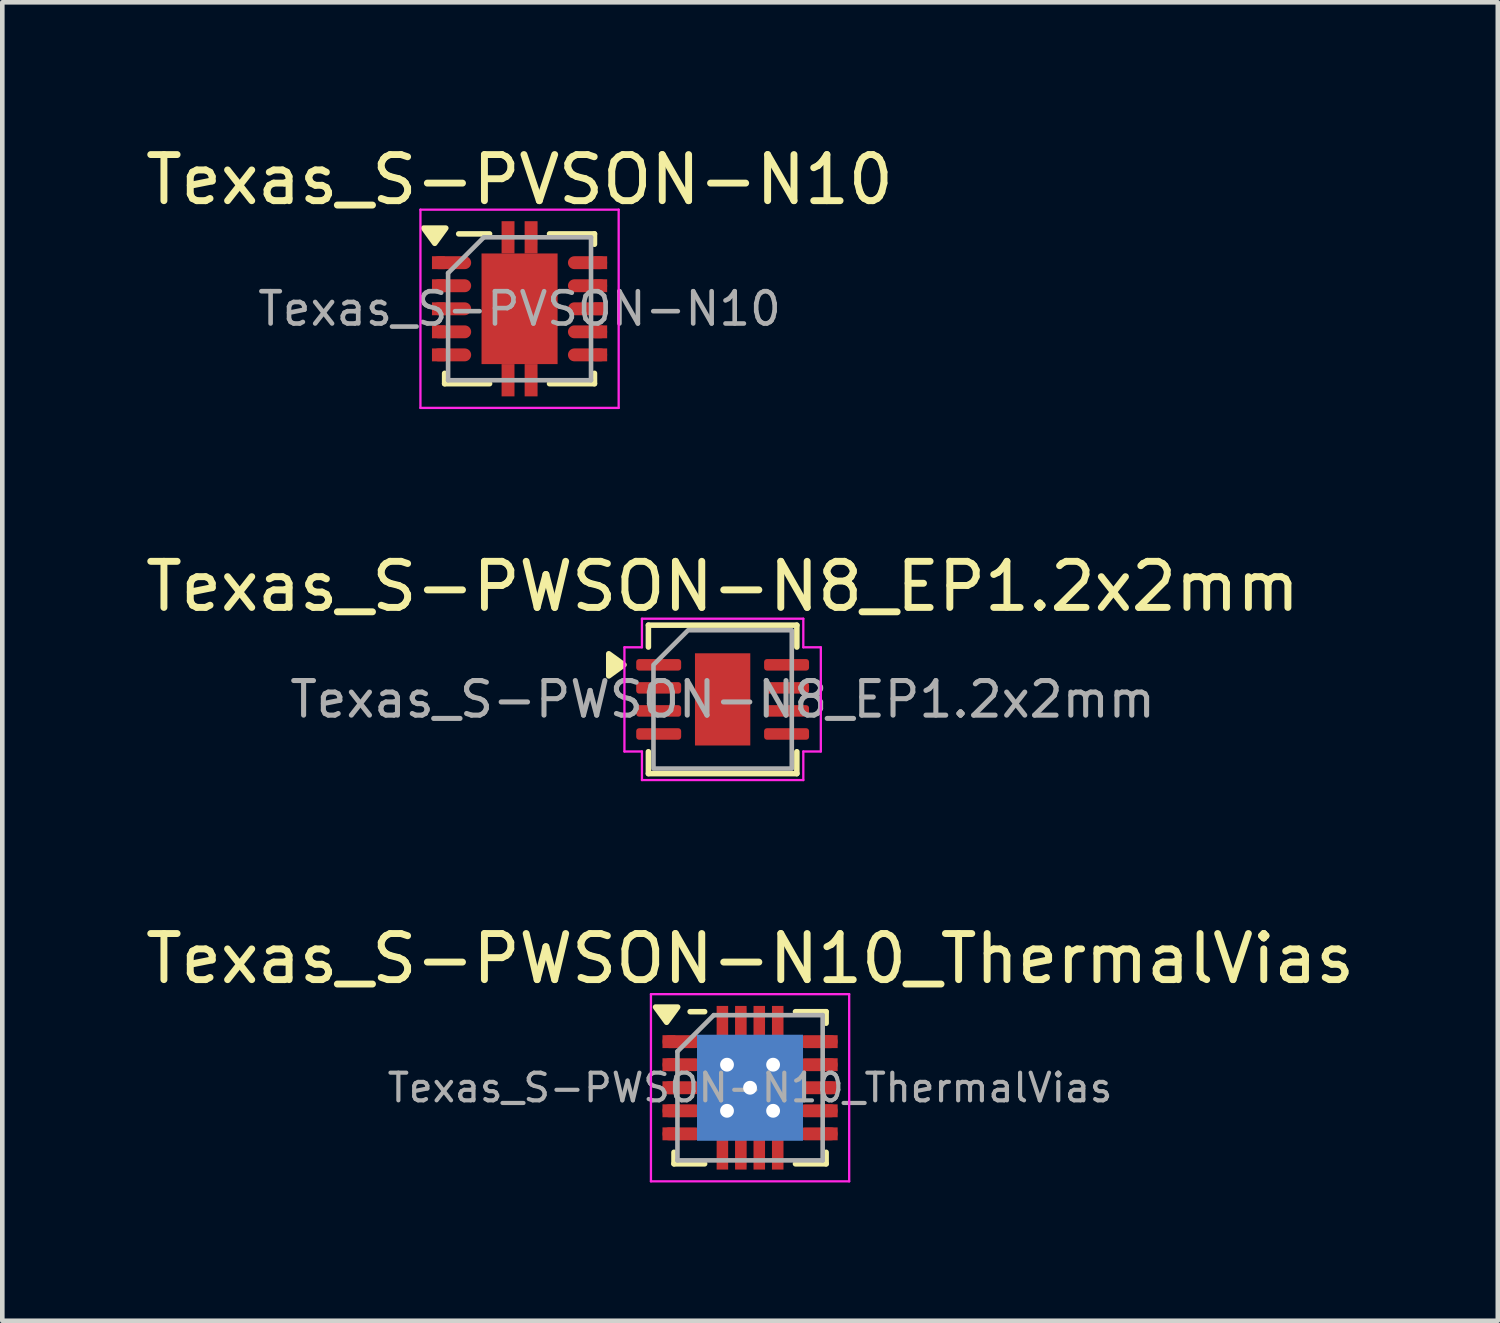
<source format=kicad_pcb>
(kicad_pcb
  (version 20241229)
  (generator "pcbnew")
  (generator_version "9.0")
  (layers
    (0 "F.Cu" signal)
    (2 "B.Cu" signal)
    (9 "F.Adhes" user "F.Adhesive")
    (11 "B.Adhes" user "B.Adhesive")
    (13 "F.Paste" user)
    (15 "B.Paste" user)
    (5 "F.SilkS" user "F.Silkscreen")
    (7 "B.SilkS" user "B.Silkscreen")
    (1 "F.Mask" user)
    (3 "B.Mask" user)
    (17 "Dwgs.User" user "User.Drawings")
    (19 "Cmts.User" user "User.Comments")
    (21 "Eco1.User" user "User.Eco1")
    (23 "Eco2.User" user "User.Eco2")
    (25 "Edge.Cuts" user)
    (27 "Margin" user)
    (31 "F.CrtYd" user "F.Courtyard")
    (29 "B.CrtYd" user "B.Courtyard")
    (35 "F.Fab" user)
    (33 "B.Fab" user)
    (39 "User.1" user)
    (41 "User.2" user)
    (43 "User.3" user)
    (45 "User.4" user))
  (footprint "Texas_S-PVSON-N10"
    (layer "F.Cu")
    (at 8.22 3.648)
    (property "Reference" "Texas_S-PVSON-N10" (at 0 -2.8 0) (layer "F.SilkS") (effects (font (size 1 1) (thickness 0.15))))
    (attr smd)
    (fp_line (start -1.625 1.625) (end -1.625 1.4) (stroke (width 0.12) (type solid)) (layer "F.SilkS"))
    (fp_line (start -1.625 1.625) (end -0.65 1.625) (stroke (width 0.12) (type solid)) (layer "F.SilkS"))
    (fp_line (start -1.32 -1.625) (end -0.65 -1.625) (stroke (width 0.12) (type solid)) (layer "F.SilkS"))
    (fp_line (start 0.65 -1.625) (end 1.625 -1.625) (stroke (width 0.12) (type solid)) (layer "F.SilkS"))
    (fp_line (start 0.65 1.625) (end 1.625 1.625) (stroke (width 0.12) (type solid)) (layer "F.SilkS"))
    (fp_line (start 1.625 -1.4) (end 1.625 -1.625) (stroke (width 0.12) (type solid)) (layer "F.SilkS"))
    (fp_line (start 1.625 1.4) (end 1.625 1.625) (stroke (width 0.12) (type solid)) (layer "F.SilkS"))
    (fp_poly (pts (xy -1.84 -1.42) (xy -2.08 -1.75) (xy -1.6 -1.75) (xy -1.84 -1.42)) (stroke (width 0.12) (type solid)) (fill yes) (layer "F.SilkS"))
    (fp_line (start -2.15 -2.15) (end -2.15 2.15) (stroke (width 0.05) (type solid)) (layer "F.CrtYd"))
    (fp_line (start -2.15 -2.15) (end 2.15 -2.15) (stroke (width 0.05) (type solid)) (layer "F.CrtYd"))
    (fp_line (start -2.15 2.15) (end 2.15 2.15) (stroke (width 0.05) (type solid)) (layer "F.CrtYd"))
    (fp_line (start 2.15 -2.15) (end 2.15 2.15) (stroke (width 0.05) (type solid)) (layer "F.CrtYd"))
    (fp_line (start -1.55 1.55) (end -1.55 -0.775) (stroke (width 0.1) (type solid)) (layer "F.Fab"))
    (fp_line (start -0.775 -1.55) (end -1.55 -0.775) (stroke (width 0.1) (type solid)) (layer "F.Fab"))
    (fp_line (start -0.775 -1.55) (end 1.55 -1.55) (stroke (width 0.1) (type solid)) (layer "F.Fab"))
    (fp_line (start 1.55 -1.55) (end 1.55 1.55) (stroke (width 0.1) (type solid)) (layer "F.Fab"))
    (fp_line (start 1.55 1.55) (end -1.55 1.55) (stroke (width 0.1) (type solid)) (layer "F.Fab"))
    (fp_text user "${REFERENCE}" (at 0 0 0) (layer "F.Fab") (effects (font (size 0.7 0.7) (thickness 0.1))))
    (pad "1" smd rect (at -1.76 -1) (size 0.28 0.28) (layers "F.Cu" "F.Mask" "F.Paste"))
    (pad "1" smd oval (at -1.475 -1) (size 0.85 0.28) (layers "F.Cu" "F.Mask" "F.Paste"))
    (pad "2" smd rect (at -1.76 -0.5) (size 0.28 0.28) (layers "F.Cu" "F.Mask" "F.Paste"))
    (pad "2" smd oval (at -1.475 -0.5) (size 0.85 0.28) (layers "F.Cu" "F.Mask" "F.Paste"))
    (pad "3" smd rect (at -1.76 0) (size 0.28 0.28) (layers "F.Cu" "F.Mask" "F.Paste"))
    (pad "3" smd oval (at -1.475 0) (size 0.85 0.28) (layers "F.Cu" "F.Mask" "F.Paste"))
    (pad "4" smd rect (at -1.76 0.5) (size 0.28 0.28) (layers "F.Cu" "F.Mask" "F.Paste"))
    (pad "4" smd oval (at -1.475 0.5) (size 0.85 0.28) (layers "F.Cu" "F.Mask" "F.Paste"))
    (pad "5" smd rect (at -1.76 1) (size 0.28 0.28) (layers "F.Cu" "F.Mask" "F.Paste"))
    (pad "5" smd oval (at -1.475 1) (size 0.85 0.28) (layers "F.Cu" "F.Mask" "F.Paste"))
    (pad "6" smd oval (at 1.475 1) (size 0.85 0.28) (layers "F.Cu" "F.Mask" "F.Paste"))
    (pad "6" smd rect (at 1.76 1) (size 0.28 0.28) (layers "F.Cu" "F.Mask" "F.Paste"))
    (pad "7" smd oval (at 1.475 0.5) (size 0.85 0.28) (layers "F.Cu" "F.Mask" "F.Paste"))
    (pad "7" smd rect (at 1.76 0.5) (size 0.28 0.28) (layers "F.Cu" "F.Mask" "F.Paste"))
    (pad "8" smd oval (at 1.475 0) (size 0.85 0.28) (layers "F.Cu" "F.Mask" "F.Paste"))
    (pad "8" smd rect (at 1.76 0) (size 0.28 0.28) (layers "F.Cu" "F.Mask" "F.Paste"))
    (pad "9" smd oval (at 1.475 -0.5) (size 0.85 0.28) (layers "F.Cu" "F.Mask" "F.Paste"))
    (pad "9" smd rect (at 1.76 -0.5) (size 0.28 0.28) (layers "F.Cu" "F.Mask" "F.Paste"))
    (pad "10" smd oval (at 1.475 -1) (size 0.85 0.28) (layers "F.Cu" "F.Mask" "F.Paste"))
    (pad "10" smd rect (at 1.76 -1) (size 0.28 0.28) (layers "F.Cu" "F.Mask" "F.Paste"))
    (pad "11" smd rect (at -0.45 -0.635) (size 0.68 1.05) (layers "F.Cu" "F.Mask" "F.Paste"))
    (pad "11" smd rect (at -0.45 0.635) (size 0.68 1.05) (layers "F.Cu" "F.Mask" "F.Paste"))
    (pad "11" smd rect (at -0.25 -1.63) (size 0.26 0.5) (layers "F.Cu" "F.Mask" "F.Paste"))
    (pad "11" smd rect (at -0.25 -1.55) (size 0.28 0.7) (layers "F.Cu" "F.Mask"))
    (pad "11" smd rect (at -0.25 1.55) (size 0.28 0.7) (layers "F.Cu" "F.Mask"))
    (pad "11" smd rect (at -0.25 1.63) (size 0.26 0.5) (layers "F.Cu" "F.Mask" "F.Paste"))
    (pad "11" smd rect (at 0 0) (size 1.65 2.4) (layers "F.Cu" "F.Mask"))
    (pad "11" smd rect (at 0.25 -1.63) (size 0.26 0.5) (layers "F.Cu" "F.Mask" "F.Paste"))
    (pad "11" smd rect (at 0.25 -1.55) (size 0.28 0.7) (layers "F.Cu" "F.Mask"))
    (pad "11" smd rect (at 0.25 1.55) (size 0.28 0.7) (layers "F.Cu" "F.Mask"))
    (pad "11" smd rect (at 0.25 1.63) (size 0.26 0.5) (layers "F.Cu" "F.Mask" "F.Paste"))
    (pad "11" smd rect (at 0.45 -0.635) (size 0.68 1.05) (layers "F.Cu" "F.Mask" "F.Paste"))
    (pad "11" smd rect (at 0.45 0.635) (size 0.68 1.05) (layers "F.Cu" "F.Mask" "F.Paste")))
  (footprint "Texas_S-PWSON-N8_EP1.2x2mm"
    (layer "F.Cu")
    (at 12.625 12.121)
    (property "Reference" "Texas_S-PWSON-N8_EP1.2x2mm" (at 0 -2.45 0) (layer "F.SilkS") (effects (font (size 1 1) (thickness 0.15))))
    (attr smd)
    (fp_line (start -1.61 -1.61) (end 1.61 -1.61) (stroke (width 0.12) (type solid)) (layer "F.SilkS"))
    (fp_line (start -1.61 -1.135) (end -1.61 -1.61) (stroke (width 0.12) (type solid)) (layer "F.SilkS"))
    (fp_line (start -1.61 1.61) (end -1.61 1.135) (stroke (width 0.12) (type solid)) (layer "F.SilkS"))
    (fp_line (start 1.61 -1.61) (end 1.61 -1.135) (stroke (width 0.12) (type solid)) (layer "F.SilkS"))
    (fp_line (start 1.61 1.135) (end 1.61 1.61) (stroke (width 0.12) (type solid)) (layer "F.SilkS"))
    (fp_line (start 1.61 1.61) (end -1.61 1.61) (stroke (width 0.12) (type solid)) (layer "F.SilkS"))
    (fp_poly (pts (xy -2.14 -0.75) (xy -2.47 -0.51) (xy -2.47 -0.99)) (stroke (width 0.12) (type solid)) (fill yes) (layer "F.SilkS"))
    (fp_line (start -2.13 -1.13) (end -1.75 -1.13) (stroke (width 0.05) (type solid)) (layer "F.CrtYd"))
    (fp_line (start -2.13 1.13) (end -2.13 -1.13) (stroke (width 0.05) (type solid)) (layer "F.CrtYd"))
    (fp_line (start -1.75 -1.75) (end 1.75 -1.75) (stroke (width 0.05) (type solid)) (layer "F.CrtYd"))
    (fp_line (start -1.75 -1.13) (end -1.75 -1.75) (stroke (width 0.05) (type solid)) (layer "F.CrtYd"))
    (fp_line (start -1.75 1.13) (end -2.13 1.13) (stroke (width 0.05) (type solid)) (layer "F.CrtYd"))
    (fp_line (start -1.75 1.75) (end -1.75 1.13) (stroke (width 0.05) (type solid)) (layer "F.CrtYd"))
    (fp_line (start 1.75 -1.75) (end 1.75 -1.13) (stroke (width 0.05) (type solid)) (layer "F.CrtYd"))
    (fp_line (start 1.75 -1.13) (end 2.13 -1.13) (stroke (width 0.05) (type solid)) (layer "F.CrtYd"))
    (fp_line (start 1.75 1.13) (end 1.75 1.75) (stroke (width 0.05) (type solid)) (layer "F.CrtYd"))
    (fp_line (start 1.75 1.75) (end -1.75 1.75) (stroke (width 0.05) (type solid)) (layer "F.CrtYd"))
    (fp_line (start 2.13 -1.13) (end 2.13 1.13) (stroke (width 0.05) (type solid)) (layer "F.CrtYd"))
    (fp_line (start 2.13 1.13) (end 1.75 1.13) (stroke (width 0.05) (type solid)) (layer "F.CrtYd"))
    (fp_poly (pts (xy -1.5 -0.75) (xy -1.5 1.5) (xy 1.5 1.5) (xy 1.5 -1.5) (xy -0.75 -1.5)) (stroke (width 0.1) (type solid)) (fill no) (layer "F.Fab"))
    (fp_text user "${REFERENCE}" (at 0 0 0) (layer "F.Fab") (effects (font (size 0.75 0.75) (thickness 0.11))))
    (pad "" smd roundrect (at 0 -0.5) (size 0.97 0.81) (layers "F.Paste") (roundrect_rratio 0.25))
    (pad "" smd roundrect (at 0 0.5) (size 0.97 0.81) (layers "F.Paste") (roundrect_rratio 0.25))
    (pad "1" smd roundrect (at -1.387 -0.75) (size 0.975 0.25) (layers "F.Cu" "F.Mask" "F.Paste") (roundrect_rratio 0.25))
    (pad "2" smd roundrect (at -1.387 -0.25) (size 0.975 0.25) (layers "F.Cu" "F.Mask" "F.Paste") (roundrect_rratio 0.25))
    (pad "3" smd roundrect (at -1.387 0.25) (size 0.975 0.25) (layers "F.Cu" "F.Mask" "F.Paste") (roundrect_rratio 0.25))
    (pad "4" smd roundrect (at -1.387 0.75) (size 0.975 0.25) (layers "F.Cu" "F.Mask" "F.Paste") (roundrect_rratio 0.25))
    (pad "5" smd roundrect (at 1.387 0.75) (size 0.975 0.25) (layers "F.Cu" "F.Mask" "F.Paste") (roundrect_rratio 0.25))
    (pad "6" smd roundrect (at 1.387 0.25) (size 0.975 0.25) (layers "F.Cu" "F.Mask" "F.Paste") (roundrect_rratio 0.25))
    (pad "7" smd roundrect (at 1.387 -0.25) (size 0.975 0.25) (layers "F.Cu" "F.Mask" "F.Paste") (roundrect_rratio 0.25))
    (pad "8" smd roundrect (at 1.387 -0.75) (size 0.975 0.25) (layers "F.Cu" "F.Mask" "F.Paste") (roundrect_rratio 0.25))
    (pad "9" smd rect (at 0 0) (size 1.2 2) (property pad_prop_heatsink) (layers "F.Cu" "F.Mask")))
  (footprint "Texas_S-PWSON-N10_ThermalVias"
    (layer "F.Cu")
    (at 13.22 20.545)
    (property "Reference" "Texas_S-PWSON-N10_ThermalVias" (at 0 -2.8 0) (layer "F.SilkS") (effects (font (size 1 1) (thickness 0.15))))
    (attr smd)
    (fp_line (start -1.65 1.65) (end -1.65 1.4) (stroke (width 0.12) (type solid)) (layer "F.SilkS"))
    (fp_line (start -1.65 1.65) (end -0.985 1.65) (stroke (width 0.12) (type solid)) (layer "F.SilkS"))
    (fp_line (start -1.3 -1.65) (end -0.985 -1.65) (stroke (width 0.12) (type solid)) (layer "F.SilkS"))
    (fp_line (start 0.985 -1.65) (end 1.65 -1.65) (stroke (width 0.12) (type solid)) (layer "F.SilkS"))
    (fp_line (start 0.985 1.65) (end 1.65 1.65) (stroke (width 0.12) (type solid)) (layer "F.SilkS"))
    (fp_line (start 1.65 -1.4) (end 1.65 -1.65) (stroke (width 0.12) (type solid)) (layer "F.SilkS"))
    (fp_line (start 1.65 1.4) (end 1.65 1.65) (stroke (width 0.12) (type solid)) (layer "F.SilkS"))
    (fp_poly (pts (xy -1.81 -1.42) (xy -2.05 -1.75) (xy -1.57 -1.75) (xy -1.81 -1.42)) (stroke (width 0.12) (type solid)) (fill yes) (layer "F.SilkS"))
    (fp_line (start -2.15 -2.03) (end -2.15 2.03) (stroke (width 0.05) (type solid)) (layer "F.CrtYd"))
    (fp_line (start -2.15 -2.03) (end 2.15 -2.03) (stroke (width 0.05) (type solid)) (layer "F.CrtYd"))
    (fp_line (start -2.15 2.03) (end 2.15 2.03) (stroke (width 0.05) (type solid)) (layer "F.CrtYd"))
    (fp_line (start 2.15 -2.03) (end 2.15 2.03) (stroke (width 0.05) (type solid)) (layer "F.CrtYd"))
    (fp_line (start -1.575 1.575) (end -1.575 -0.787) (stroke (width 0.1) (type solid)) (layer "F.Fab"))
    (fp_line (start -0.787 -1.575) (end -1.575 -0.787) (stroke (width 0.1) (type solid)) (layer "F.Fab"))
    (fp_line (start -0.787 -1.575) (end 1.575 -1.575) (stroke (width 0.1) (type solid)) (layer "F.Fab"))
    (fp_line (start 1.575 -1.575) (end 1.575 1.575) (stroke (width 0.1) (type solid)) (layer "F.Fab"))
    (fp_line (start 1.575 1.575) (end -1.575 1.575) (stroke (width 0.1) (type solid)) (layer "F.Fab"))
    (fp_text user "${REFERENCE}" (at 0 0 0) (layer "F.Fab") (effects (font (size 0.6 0.6) (thickness 0.09))))
    (pad "1" smd rect (at -1.76 -1) (size 0.28 0.28) (layers "F.Cu" "F.Mask" "F.Paste"))
    (pad "1" smd oval (at -1.475 -1) (size 0.85 0.28) (layers "F.Cu" "F.Mask" "F.Paste"))
    (pad "2" smd rect (at -1.76 -0.5) (size 0.28 0.28) (layers "F.Cu" "F.Mask" "F.Paste"))
    (pad "2" smd oval (at -1.475 -0.5) (size 0.85 0.28) (layers "F.Cu" "F.Mask" "F.Paste"))
    (pad "3" smd rect (at -1.76 0) (size 0.28 0.28) (layers "F.Cu" "F.Mask" "F.Paste"))
    (pad "3" smd oval (at -1.475 0) (size 0.85 0.28) (layers "F.Cu" "F.Mask" "F.Paste"))
    (pad "4" smd rect (at -1.76 0.5) (size 0.28 0.28) (layers "F.Cu" "F.Mask" "F.Paste"))
    (pad "4" smd oval (at -1.475 0.5) (size 0.85 0.28) (layers "F.Cu" "F.Mask" "F.Paste"))
    (pad "5" smd rect (at -1.76 1) (size 0.28 0.28) (layers "F.Cu" "F.Mask" "F.Paste"))
    (pad "5" smd oval (at -1.475 1) (size 0.85 0.28) (layers "F.Cu" "F.Mask" "F.Paste"))
    (pad "6" smd oval (at 1.475 1) (size 0.85 0.28) (layers "F.Cu" "F.Mask" "F.Paste"))
    (pad "6" smd rect (at 1.76 1) (size 0.28 0.28) (layers "F.Cu" "F.Mask" "F.Paste"))
    (pad "7" smd oval (at 1.475 0.5) (size 0.85 0.28) (layers "F.Cu" "F.Mask" "F.Paste"))
    (pad "7" smd rect (at 1.76 0.5) (size 0.28 0.28) (layers "F.Cu" "F.Mask" "F.Paste"))
    (pad "8" smd oval (at 1.475 0) (size 0.85 0.28) (layers "F.Cu" "F.Mask" "F.Paste"))
    (pad "8" smd rect (at 1.76 0) (size 0.28 0.28) (layers "F.Cu" "F.Mask" "F.Paste"))
    (pad "9" smd oval (at 1.475 -0.5) (size 0.85 0.28) (layers "F.Cu" "F.Mask" "F.Paste"))
    (pad "9" smd rect (at 1.76 -0.5) (size 0.28 0.28) (layers "F.Cu" "F.Mask" "F.Paste"))
    (pad "10" smd oval (at 1.475 -1) (size 0.85 0.28) (layers "F.Cu" "F.Mask" "F.Paste"))
    (pad "10" smd rect (at 1.76 -1) (size 0.28 0.28) (layers "F.Cu" "F.Mask" "F.Paste"))
    (pad "11" smd rect (at -0.6 -1.425) (size 0.23 0.6) (layers "F.Cu" "F.Mask" "F.Paste"))
    (pad "11" smd rect (at -0.6 -1.425) (size 0.25 0.7) (layers "F.Cu" "F.Mask" "F.Paste"))
    (pad "11" smd rect (at -0.6 1.425) (size 0.23 0.6) (layers "F.Cu" "F.Mask" "F.Paste"))
    (pad "11" smd rect (at -0.6 1.425) (size 0.25 0.7) (layers "F.Cu" "F.Mask" "F.Paste"))
    (pad "11" thru_hole circle (at -0.5 -0.5) (size 0.6 0.6) (drill 0.3) (layers "*.Cu" "*.Mask"))
    (pad "11" thru_hole circle (at -0.5 0.5) (size 0.6 0.6) (drill 0.3) (layers "*.Cu" "*.Mask"))
    (pad "11" smd rect (at -0.435 -0.56) (size 0.65 0.9) (layers "F.Cu" "F.Mask" "F.Paste"))
    (pad "11" smd rect (at -0.435 0.56) (size 0.65 0.9) (layers "F.Cu" "F.Mask" "F.Paste"))
    (pad "11" smd rect (at -0.2 -1.425) (size 0.23 0.6) (layers "F.Cu" "F.Mask" "F.Paste"))
    (pad "11" smd rect (at -0.2 -1.425) (size 0.25 0.7) (layers "F.Cu" "F.Mask" "F.Paste"))
    (pad "11" smd rect (at -0.2 1.425) (size 0.23 0.6) (layers "F.Cu" "F.Mask" "F.Paste"))
    (pad "11" smd rect (at -0.2 1.425) (size 0.25 0.7) (layers "F.Cu" "F.Mask" "F.Paste"))
    (pad "11" smd rect (at -0.001 0) (size 2.3 2.3) (layers "B.Cu"))
    (pad "11" thru_hole circle (at 0 0) (size 0.6 0.6) (drill 0.3) (layers "*.Cu" "*.Mask"))
    (pad "11" smd rect (at 0 0) (size 1.7 2.15) (layers "F.Cu" "F.Mask"))
    (pad "11" smd rect (at 0.2 -1.425) (size 0.23 0.6) (layers "F.Cu" "F.Mask" "F.Paste"))
    (pad "11" smd rect (at 0.2 -1.425) (size 0.25 0.7) (layers "F.Cu" "F.Mask" "F.Paste"))
    (pad "11" smd rect (at 0.2 1.425) (size 0.23 0.6) (layers "F.Cu" "F.Mask" "F.Paste"))
    (pad "11" smd rect (at 0.2 1.425) (size 0.25 0.7) (layers "F.Cu" "F.Mask" "F.Paste"))
    (pad "11" smd rect (at 0.435 -0.56) (size 0.65 0.9) (layers "F.Cu" "F.Mask" "F.Paste"))
    (pad "11" smd rect (at 0.435 0.56) (size 0.65 0.9) (layers "F.Cu" "F.Mask" "F.Paste"))
    (pad "11" thru_hole circle (at 0.5 -0.5) (size 0.6 0.6) (drill 0.3) (layers "*.Cu" "*.Mask"))
    (pad "11" thru_hole circle (at 0.5 0.5) (size 0.6 0.6) (drill 0.3) (layers "*.Cu" "*.Mask"))
    (pad "11" smd rect (at 0.6 -1.425) (size 0.23 0.6) (layers "F.Cu" "F.Mask" "F.Paste"))
    (pad "11" smd rect (at 0.6 -1.425) (size 0.25 0.7) (layers "F.Cu" "F.Mask" "F.Paste"))
    (pad "11" smd rect (at 0.6 1.425) (size 0.23 0.6) (layers "F.Cu" "F.Mask" "F.Paste"))
    (pad "11" smd rect (at 0.6 1.425) (size 0.25 0.7) (layers "F.Cu" "F.Mask" "F.Paste")))
  (gr_rect
    (start -3 -3)
    (end 29.44 25.6)
    (stroke (width 0.1) (type default))
    (fill no)
    (layer "Edge.Cuts")))
</source>
